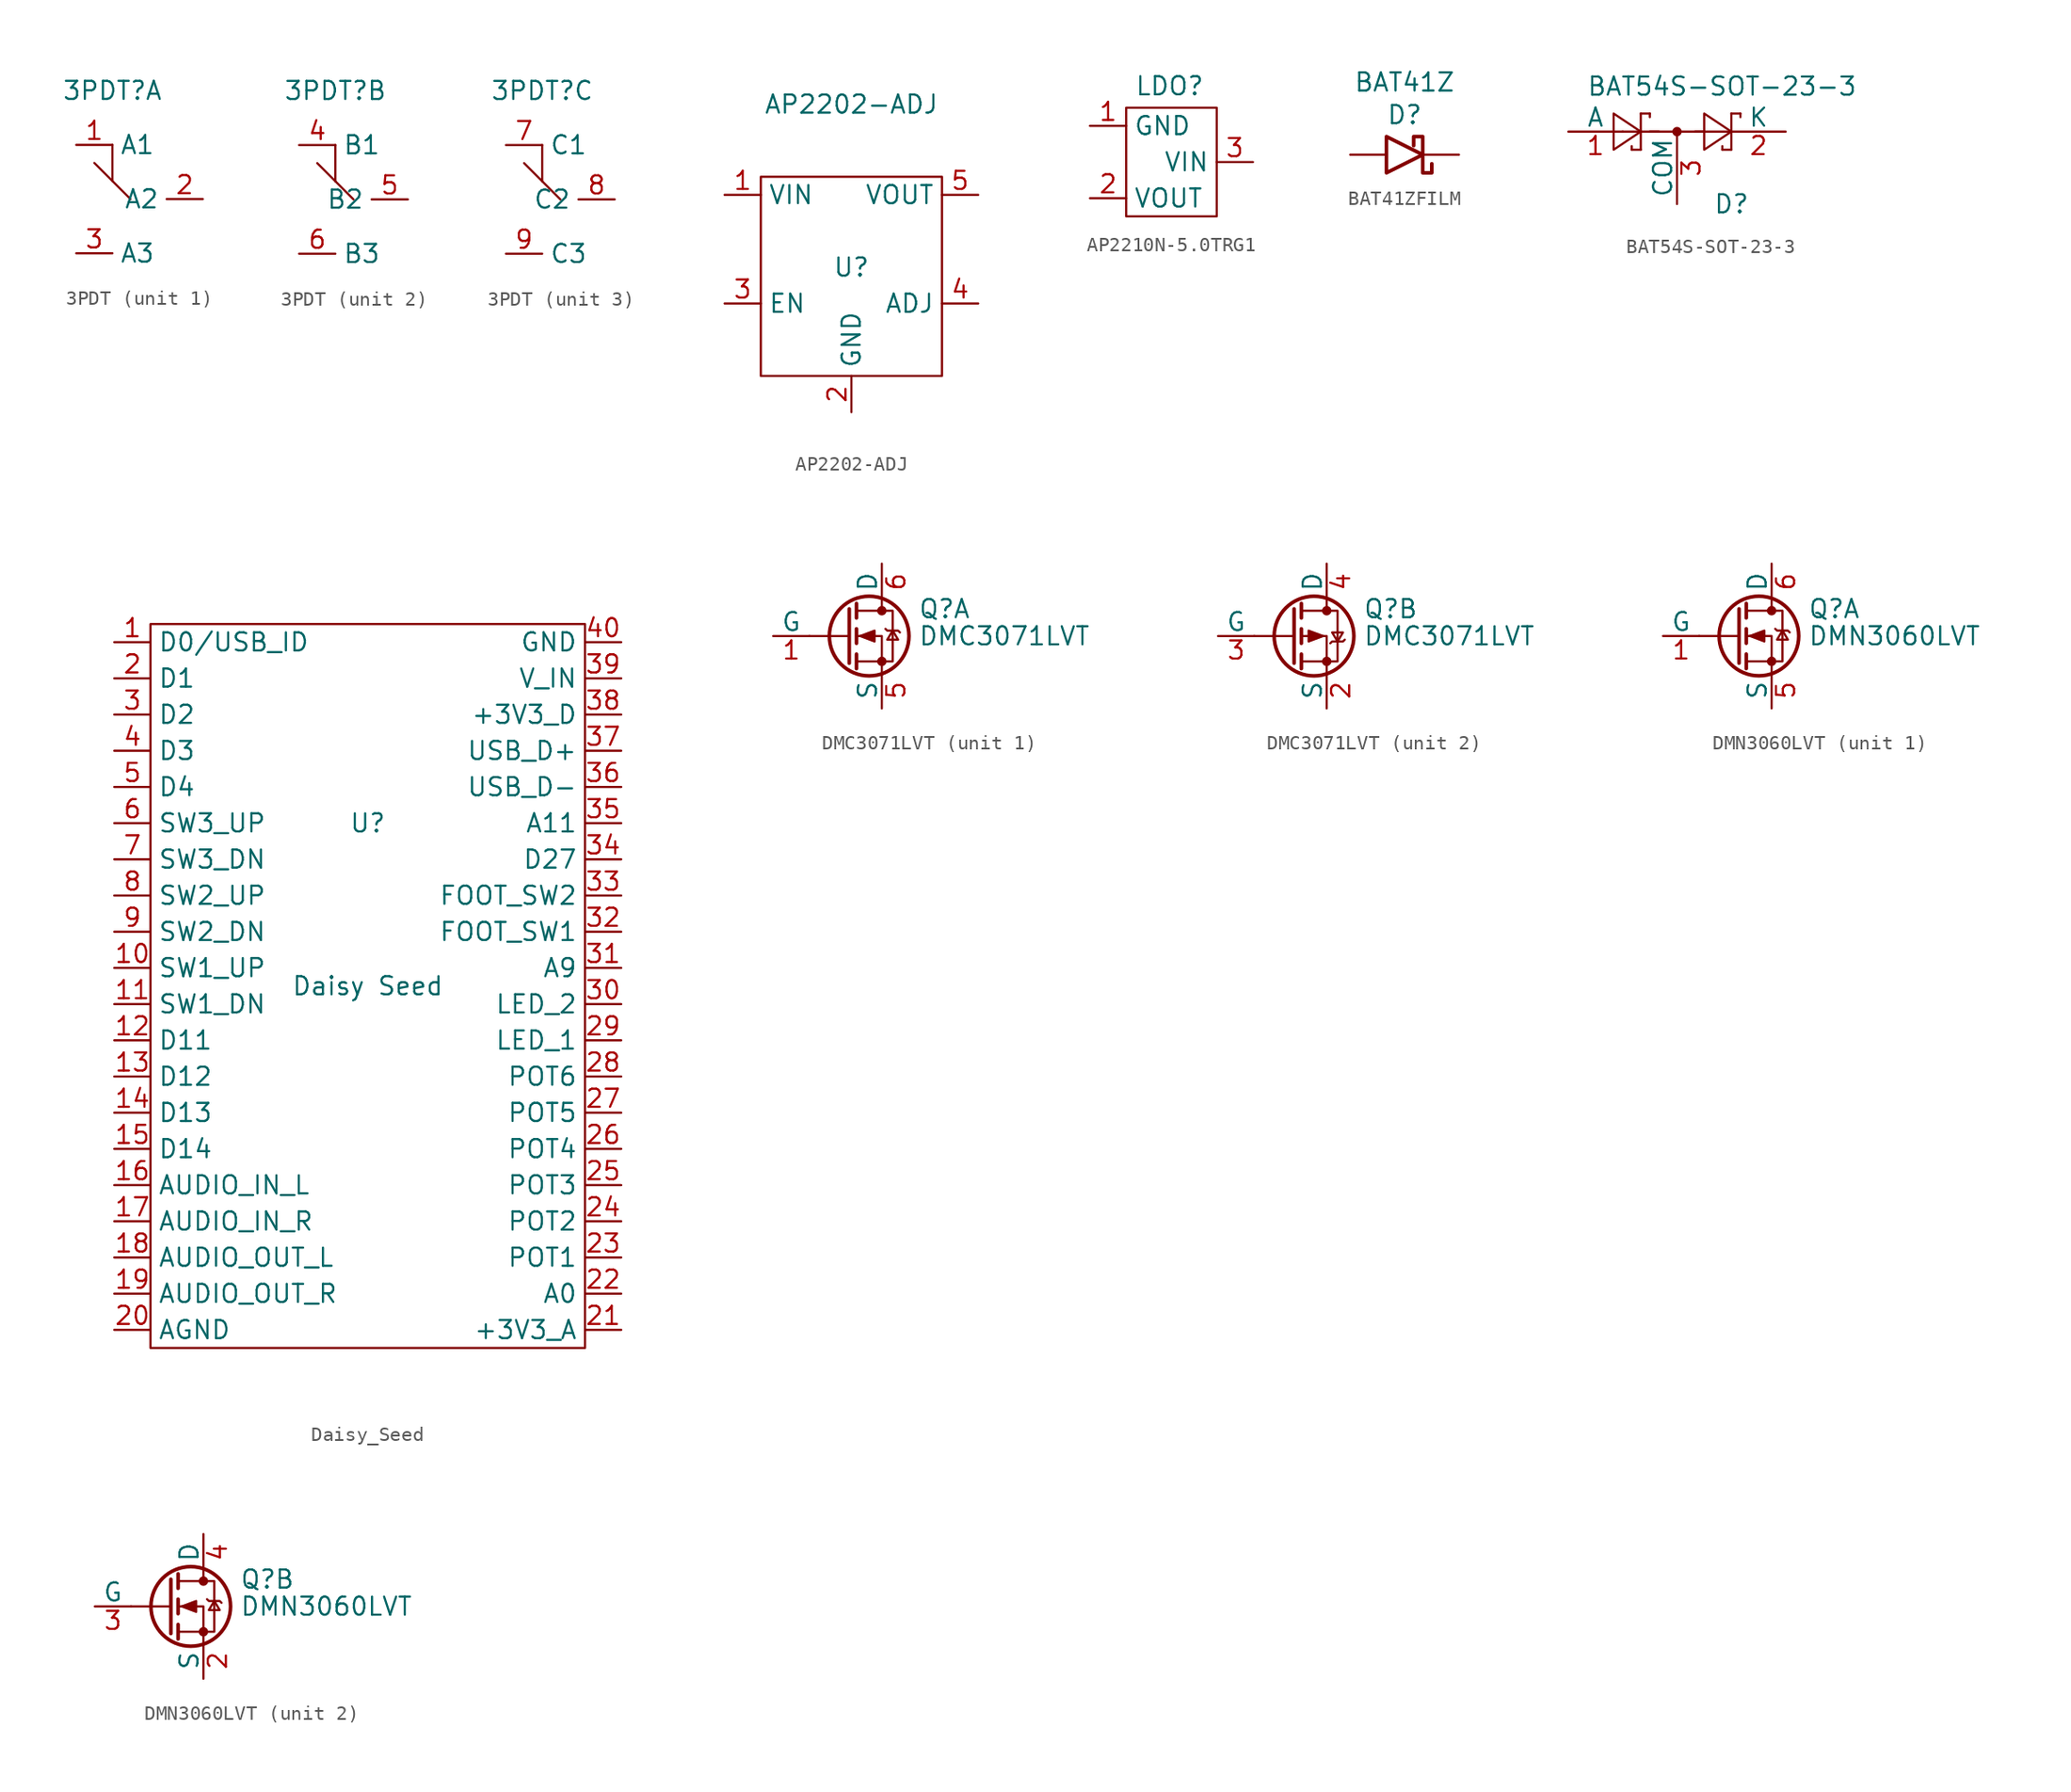
<source format=kicad_sym>
(kicad_symbol_lib
  (version 20241209)
  (generator "kicad_symbol_editor")
  (generator_version "9.0")
  (symbol "3PDT"
    (property "Reference" "3PDT"
      (at 0 0 0)
      (effects (font (size 1.27 1.27))))
    (property "Value" ""
      (at 0 0 0)
      (effects (font (size 1.27 1.27))))
    (symbol "3PDT_0_1"
      (polyline (pts (xy 0 -3.81) (xy 0 -6.35)) (stroke (width 0) (type default)) (fill (type none)))
      (polyline (pts (xy 1.27 -7.62) (xy -1.27 -5.08)) (stroke (width 0) (type default)) (fill (type none))))
    (symbol "3PDT_1_1"
      (pin passive line (at -2.54 -3.81 0) (length 2.54) (name "A1" (effects (font (size 1.27 1.27)))) (number "1" (effects (font (size 1.27 1.27)))))
      (pin passive line (at -2.54 -11.43 0) (length 2.54) (name "A3" (effects (font (size 1.27 1.27)))) (number "3" (effects (font (size 1.27 1.27)))))
      (pin passive line (at 6.35 -7.62 180) (length 2.54) (name "A2" (effects (font (size 1.27 1.27)))) (number "2" (effects (font (size 1.27 1.27))))))
    (symbol "3PDT_2_1"
      (pin passive line (at -2.54 -3.81 0) (length 2.54) (name "B1" (effects (font (size 1.27 1.27)))) (number "4" (effects (font (size 1.27 1.27)))))
      (pin passive line (at -2.54 -11.43 0) (length 2.54) (name "B3" (effects (font (size 1.27 1.27)))) (number "6" (effects (font (size 1.27 1.27)))))
      (pin passive line (at 5.08 -7.62 180) (length 2.54) (name "B2" (effects (font (size 1.27 1.27)))) (number "5" (effects (font (size 1.27 1.27))))))
    (symbol "3PDT_3_1"
      (pin passive line (at -2.54 -3.81 0) (length 2.54) (name "C1" (effects (font (size 1.27 1.27)))) (number "7" (effects (font (size 1.27 1.27)))))
      (pin passive line (at -2.54 -11.43 0) (length 2.54) (name "C3" (effects (font (size 1.27 1.27)))) (number "9" (effects (font (size 1.27 1.27)))))
      (pin passive line (at 5.08 -7.62 180) (length 2.54) (name "C2" (effects (font (size 1.27 1.27)))) (number "8" (effects (font (size 1.27 1.27)))))))
  (symbol "AP2202-ADJ"
    (property "Reference" "U"
      (at 0 -2.54 0)
      (effects (font (size 1.27 1.27))))
    (property "Value" "AP2202-ADJ"
      (at 0 8.89 0)
      (effects (font (size 1.27 1.27))))
    (symbol "AP2202-ADJ_0_1"
      (rectangle (start -6.35 3.81) (end 6.35 -10.16) (stroke (width 0) (type default)) (fill (type none))))
    (symbol "AP2202-ADJ_1_1"
      (pin power_in line (at -8.89 2.54 0) (length 2.54) (name "VIN" (effects (font (size 1.27 1.27)))) (number "1" (effects (font (size 1.27 1.27)))))
      (pin input line (at -8.89 -5.08 0) (length 2.54) (name "EN" (effects (font (size 1.27 1.27)))) (number "3" (effects (font (size 1.27 1.27)))))
      (pin power_in line (at 0 -12.7 90) (length 2.54) (name "GND" (effects (font (size 1.27 1.27)))) (number "2" (effects (font (size 1.27 1.27)))))
      (pin power_out line (at 8.89 2.54 180) (length 2.54) (name "VOUT" (effects (font (size 1.27 1.27)))) (number "5" (effects (font (size 1.27 1.27)))))
      (pin input line (at 8.89 -5.08 180) (length 2.54) (name "ADJ" (effects (font (size 1.27 1.27)))) (number "4" (effects (font (size 1.27 1.27)))))))
  (symbol "AP2210N-5.0TRG1"
    (property "Reference" "LDO"
      (at 5.588 2.794 0)
      (effects (font (size 1.27 1.27))))
    (property "Value" ""
      (at 5.08 -1.27 90)
      (effects (font (size 1.27 1.27))))
    (symbol "AP2210N-5.0TRG1_0_1"
      (rectangle (start 2.54 1.27) (end 8.89 -6.35) (stroke (width 0) (type default)) (fill (type none))))
    (symbol "AP2210N-5.0TRG1_1_1"
      (pin power_in line (at 0 0 0) (length 2.54) (name "GND" (effects (font (size 1.27 1.27)))) (number "1" (effects (font (size 1.27 1.27)))))
      (pin power_out line (at 0 -5.08 0) (length 2.54) (name "VOUT" (effects (font (size 1.27 1.27)))) (number "2" (effects (font (size 1.27 1.27)))))
      (pin power_in line (at 11.43 -2.54 180) (length 2.54) (name "VIN" (effects (font (size 1.27 1.27)))) (number "3" (effects (font (size 1.27 1.27)))))))
  (symbol "BAT41ZFILM"
    (pin_numbers
      (hide yes))
    (pin_names
      (hide yes))
    (property "Reference" "D"
      (at 0 2.794 0)
      (effects (font (size 1.27 1.27))))
    (property "Value" "BAT41Z"
      (at 0 5.08 0)
      (effects (font (size 1.27 1.27))))
    (symbol "BAT41ZFILM_0_1"
      (polyline (pts (xy -1.27 -1.27) (xy -1.27 1.27) (xy 1.27 0) (xy -1.27 -1.27)) (stroke (width 0.254) (type default)) (fill (type none)))
      (polyline (pts (xy 1.905 -0.635) (xy 1.905 -1.27) (xy 1.27 -1.27) (xy 1.27 1.27) (xy 0.635 1.27) (xy 0.635 0.635)) (stroke (width 0.254) (type default)) (fill (type none))))
    (symbol "BAT41ZFILM_1_1"
      (pin passive line (at -3.81 0 0) (length 2.54) (name "A" (effects (font (size 1.27 1.27)))) (number "2" (effects (font (size 1.27 1.27)))))
      (pin passive line (at 3.81 0 180) (length 2.54) (name "K" (effects (font (size 1.27 1.27)))) (number "1" (effects (font (size 1.27 1.27)))))))
  (symbol "BAT54S-SOT-23-3"
    (pin_names
      (offset 0))
    (property "Reference" "D"
      (at 2.54 -5.08 0)
      (effects (font (size 1.27 1.27)) (justify left)))
    (property "Value" "BAT54S-SOT-23-3"
      (at -6.35 3.175 0)
      (effects (font (size 1.27 1.27)) (justify left)))
    (symbol "BAT54S-SOT-23-3_0_1"
      (polyline (pts (xy -4.445 1.27) (xy -4.445 -1.27) (xy -2.54 0) (xy -4.445 1.27)) (stroke (width 0) (type default)) (fill (type none)))
      (polyline (pts (xy -3.81 0) (xy -1.27 0)) (stroke (width 0) (type default)) (fill (type none)))
      (polyline (pts (xy -3.175 -1.27) (xy -3.175 -1.016)) (stroke (width 0) (type default)) (fill (type none)))
      (polyline (pts (xy -2.54 1.27) (xy -1.905 1.27)) (stroke (width 0) (type default)) (fill (type none)))
      (polyline (pts (xy -2.54 -1.27) (xy -3.175 -1.27)) (stroke (width 0) (type default)) (fill (type none)))
      (polyline (pts (xy -2.54 -1.27) (xy -2.54 1.27)) (stroke (width 0) (type default)) (fill (type none)))
      (polyline (pts (xy -1.905 1.27) (xy -1.905 1.016)) (stroke (width 0) (type default)) (fill (type none)))
      (polyline (pts (xy -1.905 0) (xy 1.905 0)) (stroke (width 0) (type default)) (fill (type none)))
      (circle (center 0 0) (radius 0.254) (stroke (width 0) (type default)) (fill (type outline)))
      (polyline (pts (xy 1.27 0) (xy 3.81 0)) (stroke (width 0) (type default)) (fill (type none)))
      (polyline (pts (xy 1.905 1.27) (xy 1.905 -1.27) (xy 3.81 0) (xy 1.905 1.27)) (stroke (width 0) (type default)) (fill (type none)))
      (polyline (pts (xy 3.175 -1.27) (xy 3.175 -1.016)) (stroke (width 0) (type default)) (fill (type none)))
      (polyline (pts (xy 3.81 1.27) (xy 4.445 1.27)) (stroke (width 0) (type default)) (fill (type none)))
      (polyline (pts (xy 3.81 -1.27) (xy 3.175 -1.27)) (stroke (width 0) (type default)) (fill (type none)))
      (polyline (pts (xy 3.81 -1.27) (xy 3.81 1.27)) (stroke (width 0) (type default)) (fill (type none)))
      (polyline (pts (xy 4.445 1.27) (xy 4.445 1.016)) (stroke (width 0) (type default)) (fill (type none))))
    (symbol "BAT54S-SOT-23-3_1_1"
      (pin passive line (at -7.62 0 0) (length 3.81) (name "A" (effects (font (size 1.27 1.27)))) (number "1" (effects (font (size 1.27 1.27)))))
      (pin passive line (at 0 -5.08 90) (length 5.08) (name "COM" (effects (font (size 1.27 1.27)))) (number "3" (effects (font (size 1.27 1.27)))))
      (pin passive line (at 7.62 0 180) (length 3.81) (name "K" (effects (font (size 1.27 1.27)))) (number "2" (effects (font (size 1.27 1.27)))))))
  (symbol "Daisy_Seed"
    (property "Reference" "U"
      (at 0 11.43 0)
      (effects (font (size 1.27 1.27))))
    (property "Value" "Daisy Seed"
      (at 0 0 0)
      (effects (font (size 1.27 1.27))))
    (symbol "Daisy_Seed_0_1"
      (rectangle (start -15.24 25.4) (end 15.24 -25.4) (stroke (width 0) (type default)) (fill (type none))))
    (symbol "Daisy_Seed_1_1"
      (pin bidirectional line (at -17.78 24.13 0) (length 2.54) (name "D0/USB_ID" (effects (font (size 1.27 1.27)))) (number "1" (effects (font (size 1.27 1.27)))))
      (pin bidirectional line (at -17.78 21.59 0) (length 2.54) (name "D1" (effects (font (size 1.27 1.27)))) (number "2" (effects (font (size 1.27 1.27)))))
      (pin bidirectional line (at -17.78 19.05 0) (length 2.54) (name "D2" (effects (font (size 1.27 1.27)))) (number "3" (effects (font (size 1.27 1.27)))))
      (pin bidirectional line (at -17.78 16.51 0) (length 2.54) (name "D3" (effects (font (size 1.27 1.27)))) (number "4" (effects (font (size 1.27 1.27)))))
      (pin bidirectional line (at -17.78 13.97 0) (length 2.54) (name "D4" (effects (font (size 1.27 1.27)))) (number "5" (effects (font (size 1.27 1.27)))))
      (pin input line (at -17.78 11.43 0) (length 2.54) (name "SW3_UP" (effects (font (size 1.27 1.27)))) (number "6" (effects (font (size 1.27 1.27)))))
      (pin input line (at -17.78 8.89 0) (length 2.54) (name "SW3_DN" (effects (font (size 1.27 1.27)))) (number "7" (effects (font (size 1.27 1.27)))))
      (pin input line (at -17.78 6.35 0) (length 2.54) (name "SW2_UP" (effects (font (size 1.27 1.27)))) (number "8" (effects (font (size 1.27 1.27)))))
      (pin input line (at -17.78 3.81 0) (length 2.54) (name "SW2_DN" (effects (font (size 1.27 1.27)))) (number "9" (effects (font (size 1.27 1.27)))))
      (pin input line (at -17.78 1.27 0) (length 2.54) (name "SW1_UP" (effects (font (size 1.27 1.27)))) (number "10" (effects (font (size 1.27 1.27)))))
      (pin input line (at -17.78 -1.27 0) (length 2.54) (name "SW1_DN" (effects (font (size 1.27 1.27)))) (number "11" (effects (font (size 1.27 1.27)))))
      (pin bidirectional line (at -17.78 -3.81 0) (length 2.54) (name "D11" (effects (font (size 1.27 1.27)))) (number "12" (effects (font (size 1.27 1.27)))))
      (pin bidirectional line (at -17.78 -6.35 0) (length 2.54) (name "D12" (effects (font (size 1.27 1.27)))) (number "13" (effects (font (size 1.27 1.27)))))
      (pin bidirectional line (at -17.78 -8.89 0) (length 2.54) (name "D13" (effects (font (size 1.27 1.27)))) (number "14" (effects (font (size 1.27 1.27)))))
      (pin bidirectional line (at -17.78 -11.43 0) (length 2.54) (name "D14" (effects (font (size 1.27 1.27)))) (number "15" (effects (font (size 1.27 1.27)))))
      (pin input line (at -17.78 -13.97 0) (length 2.54) (name "AUDIO_IN_L" (effects (font (size 1.27 1.27)))) (number "16" (effects (font (size 1.27 1.27)))))
      (pin input line (at -17.78 -16.51 0) (length 2.54) (name "AUDIO_IN_R" (effects (font (size 1.27 1.27)))) (number "17" (effects (font (size 1.27 1.27)))))
      (pin output line (at -17.78 -19.05 0) (length 2.54) (name "AUDIO_OUT_L" (effects (font (size 1.27 1.27)))) (number "18" (effects (font (size 1.27 1.27)))))
      (pin output line (at -17.78 -21.59 0) (length 2.54) (name "AUDIO_OUT_R" (effects (font (size 1.27 1.27)))) (number "19" (effects (font (size 1.27 1.27)))))
      (pin power_in line (at -17.78 -24.13 0) (length 2.54) (name "AGND" (effects (font (size 1.27 1.27)))) (number "20" (effects (font (size 1.27 1.27)))))
      (pin power_in line (at 17.78 24.13 180) (length 2.54) (name "GND" (effects (font (size 1.27 1.27)))) (number "40" (effects (font (size 1.27 1.27)))))
      (pin power_in line (at 17.78 21.59 180) (length 2.54) (name "V_IN" (effects (font (size 1.27 1.27)))) (number "39" (effects (font (size 1.27 1.27)))))
      (pin power_out line (at 17.78 19.05 180) (length 2.54) (name "+3V3_D" (effects (font (size 1.27 1.27)))) (number "38" (effects (font (size 1.27 1.27)))))
      (pin bidirectional line (at 17.78 16.51 180) (length 2.54) (name "USB_D+" (effects (font (size 1.27 1.27)))) (number "37" (effects (font (size 1.27 1.27)))))
      (pin bidirectional line (at 17.78 13.97 180) (length 2.54) (name "USB_D-" (effects (font (size 1.27 1.27)))) (number "36" (effects (font (size 1.27 1.27)))))
      (pin input line (at 17.78 11.43 180) (length 2.54) (name "A11" (effects (font (size 1.27 1.27)))) (number "35" (effects (font (size 1.27 1.27)))))
      (pin input line (at 17.78 8.89 180) (length 2.54) (name "D27" (effects (font (size 1.27 1.27)))) (number "34" (effects (font (size 1.27 1.27)))))
      (pin input line (at 17.78 6.35 180) (length 2.54) (name "FOOT_SW2" (effects (font (size 1.27 1.27)))) (number "33" (effects (font (size 1.27 1.27)))))
      (pin input line (at 17.78 3.81 180) (length 2.54) (name "FOOT_SW1" (effects (font (size 1.27 1.27)))) (number "32" (effects (font (size 1.27 1.27)))))
      (pin input line (at 17.78 1.27 180) (length 2.54) (name "A9" (effects (font (size 1.27 1.27)))) (number "31" (effects (font (size 1.27 1.27)))))
      (pin output line (at 17.78 -1.27 180) (length 2.54) (name "LED_2" (effects (font (size 1.27 1.27)))) (number "30" (effects (font (size 1.27 1.27)))))
      (pin input line (at 17.78 -3.81 180) (length 2.54) (name "LED_1" (effects (font (size 1.27 1.27)))) (number "29" (effects (font (size 1.27 1.27)))))
      (pin input line (at 17.78 -6.35 180) (length 2.54) (name "POT6" (effects (font (size 1.27 1.27)))) (number "28" (effects (font (size 1.27 1.27)))))
      (pin input line (at 17.78 -8.89 180) (length 2.54) (name "POT5" (effects (font (size 1.27 1.27)))) (number "27" (effects (font (size 1.27 1.27)))))
      (pin input line (at 17.78 -11.43 180) (length 2.54) (name "POT4" (effects (font (size 1.27 1.27)))) (number "26" (effects (font (size 1.27 1.27)))))
      (pin input line (at 17.78 -13.97 180) (length 2.54) (name "POT3" (effects (font (size 1.27 1.27)))) (number "25" (effects (font (size 1.27 1.27)))))
      (pin input line (at 17.78 -16.51 180) (length 2.54) (name "POT2" (effects (font (size 1.27 1.27)))) (number "24" (effects (font (size 1.27 1.27)))))
      (pin input line (at 17.78 -19.05 180) (length 2.54) (name "POT1" (effects (font (size 1.27 1.27)))) (number "23" (effects (font (size 1.27 1.27)))))
      (pin input line (at 17.78 -21.59 180) (length 2.54) (name "A0" (effects (font (size 1.27 1.27)))) (number "22" (effects (font (size 1.27 1.27)))))
      (pin power_out line (at 17.78 -24.13 180) (length 2.54) (name "+3V3_A" (effects (font (size 1.27 1.27)))) (number "21" (effects (font (size 1.27 1.27)))))))
  (symbol "DMC3071LVT"
    (pin_names
      (offset 0))
    (property "Reference" "Q"
      (at 2.54 1.905 0)
      (effects (font (size 1.27 1.27)) (justify left)))
    (property "Value" "DMC3071LVT"
      (at 2.54 0 0)
      (effects (font (size 1.27 1.27)) (justify left)))
    (property "ki_locked" ""
      (at 0 0 0)
      (effects (font (size 1.27 1.27))))
    (symbol "DMC3071LVT_0_1"
      (polyline (pts (xy -2.286 1.905) (xy -2.286 -1.905)) (stroke (width 0.254) (type default)) (fill (type none)))
      (polyline (pts (xy -2.286 0) (xy -5.08 0)) (stroke (width 0) (type default)) (fill (type none)))
      (polyline (pts (xy -1.778 2.286) (xy -1.778 1.27)) (stroke (width 0.254) (type default)) (fill (type none)))
      (polyline (pts (xy -1.778 0.508) (xy -1.778 -0.508)) (stroke (width 0.254) (type default)) (fill (type none)))
      (polyline (pts (xy -1.778 -1.27) (xy -1.778 -2.286)) (stroke (width 0.254) (type default)) (fill (type none)))
      (polyline (pts (xy -1.778 -1.778) (xy 0.762 -1.778) (xy 0.762 1.778) (xy -1.778 1.778)) (stroke (width 0) (type default)) (fill (type none)))
      (circle (center -0.889 0) (radius 2.794) (stroke (width 0.254) (type default)) (fill (type none)))
      (polyline (pts (xy 0 2.54) (xy 0 1.778)) (stroke (width 0) (type default)) (fill (type none)))
      (circle (center 0 1.778) (radius 0.254) (stroke (width 0) (type default)) (fill (type outline)))
      (circle (center 0 -1.778) (radius 0.254) (stroke (width 0) (type default)) (fill (type outline)))
      (polyline (pts (xy 0 -2.54) (xy 0 0) (xy -1.778 0)) (stroke (width 0) (type default)) (fill (type none))))
    (symbol "DMC3071LVT_1_1"
      (polyline (pts (xy -1.524 0) (xy -0.508 0.381) (xy -0.508 -0.381) (xy -1.524 0)) (stroke (width 0) (type default)) (fill (type outline)))
      (polyline (pts (xy 0.254 0.508) (xy 0.381 0.381) (xy 1.143 0.381) (xy 1.27 0.254)) (stroke (width 0) (type default)) (fill (type none)))
      (polyline (pts (xy 0.762 0.381) (xy 0.381 -0.254) (xy 1.143 -0.254) (xy 0.762 0.381)) (stroke (width 0) (type default)) (fill (type none)))
      (pin passive line (at -7.62 0 0) (length 2.54) (name "G" (effects (font (size 1.27 1.27)))) (number "1" (effects (font (size 1.27 1.27)))))
      (pin passive line (at 0 5.08 270) (length 2.54) (name "D" (effects (font (size 1.27 1.27)))) (number "6" (effects (font (size 1.27 1.27)))))
      (pin passive line (at 0 -5.08 90) (length 2.54) (name "S" (effects (font (size 1.27 1.27)))) (number "5" (effects (font (size 1.27 1.27))))))
    (symbol "DMC3071LVT_2_1"
      (polyline (pts (xy -0.254 0) (xy -1.27 0.381) (xy -1.27 -0.381) (xy -0.254 0)) (stroke (width 0) (type default)) (fill (type outline)))
      (polyline (pts (xy 0.254 -0.508) (xy 0.381 -0.381) (xy 1.143 -0.381) (xy 1.27 -0.254)) (stroke (width 0) (type default)) (fill (type none)))
      (polyline (pts (xy 0.762 -0.381) (xy 0.381 0.254) (xy 1.143 0.254) (xy 0.762 -0.381)) (stroke (width 0) (type default)) (fill (type none)))
      (pin passive line (at -7.62 0 0) (length 2.54) (name "G" (effects (font (size 1.27 1.27)))) (number "3" (effects (font (size 1.27 1.27)))))
      (pin passive line (at 0 5.08 270) (length 2.54) (name "D" (effects (font (size 1.27 1.27)))) (number "4" (effects (font (size 1.27 1.27)))))
      (pin passive line (at 0 -5.08 90) (length 2.54) (name "S" (effects (font (size 1.27 1.27)))) (number "2" (effects (font (size 1.27 1.27)))))))
  (symbol "DMN3060LVT"
    (pin_names
      (offset 0))
    (property "Reference" "Q"
      (at 5.08 1.905 0)
      (effects (font (size 1.27 1.27)) (justify left)))
    (property "Value" "DMN3060LVT"
      (at 5.08 0 0)
      (effects (font (size 1.27 1.27)) (justify left)))
    (symbol "DMN3060LVT_0_1"
      (polyline (pts (xy 0.254 1.905) (xy 0.254 -1.905)) (stroke (width 0.254) (type default)) (fill (type none)))
      (polyline (pts (xy 0.254 0) (xy -2.54 0)) (stroke (width 0) (type default)) (fill (type none)))
      (polyline (pts (xy 0.762 2.286) (xy 0.762 1.27)) (stroke (width 0.254) (type default)) (fill (type none)))
      (polyline (pts (xy 0.762 0.508) (xy 0.762 -0.508)) (stroke (width 0.254) (type default)) (fill (type none)))
      (polyline (pts (xy 0.762 -1.27) (xy 0.762 -2.286)) (stroke (width 0.254) (type default)) (fill (type none)))
      (polyline (pts (xy 0.762 -1.778) (xy 3.302 -1.778) (xy 3.302 1.778) (xy 0.762 1.778)) (stroke (width 0) (type default)) (fill (type none)))
      (polyline (pts (xy 1.016 0) (xy 2.032 0.381) (xy 2.032 -0.381) (xy 1.016 0)) (stroke (width 0) (type default)) (fill (type outline)))
      (circle (center 1.651 0) (radius 2.794) (stroke (width 0.254) (type default)) (fill (type none)))
      (polyline (pts (xy 2.54 2.54) (xy 2.54 1.778)) (stroke (width 0) (type default)) (fill (type none)))
      (circle (center 2.54 1.778) (radius 0.254) (stroke (width 0) (type default)) (fill (type outline)))
      (circle (center 2.54 -1.778) (radius 0.254) (stroke (width 0) (type default)) (fill (type outline)))
      (polyline (pts (xy 2.54 -2.54) (xy 2.54 0) (xy 0.762 0)) (stroke (width 0) (type default)) (fill (type none)))
      (polyline (pts (xy 2.794 0.508) (xy 2.921 0.381) (xy 3.683 0.381) (xy 3.81 0.254)) (stroke (width 0) (type default)) (fill (type none)))
      (polyline (pts (xy 3.302 0.381) (xy 2.921 -0.254) (xy 3.683 -0.254) (xy 3.302 0.381)) (stroke (width 0) (type default)) (fill (type none))))
    (symbol "DMN3060LVT_1_1"
      (pin passive line (at -5.08 0 0) (length 2.54) (name "G" (effects (font (size 1.27 1.27)))) (number "1" (effects (font (size 1.27 1.27)))))
      (pin passive line (at 2.54 5.08 270) (length 2.54) (name "D" (effects (font (size 1.27 1.27)))) (number "6" (effects (font (size 1.27 1.27)))))
      (pin passive line (at 2.54 -5.08 90) (length 2.54) (name "S" (effects (font (size 1.27 1.27)))) (number "5" (effects (font (size 1.27 1.27))))))
    (symbol "DMN3060LVT_2_1"
      (pin passive line (at -5.08 0 0) (length 2.54) (name "G" (effects (font (size 1.27 1.27)))) (number "3" (effects (font (size 1.27 1.27)))))
      (pin passive line (at 2.54 5.08 270) (length 2.54) (name "D" (effects (font (size 1.27 1.27)))) (number "4" (effects (font (size 1.27 1.27)))))
      (pin passive line (at 2.54 -5.08 90) (length 2.54) (name "S" (effects (font (size 1.27 1.27)))) (number "2" (effects (font (size 1.27 1.27))))))))
</source>
